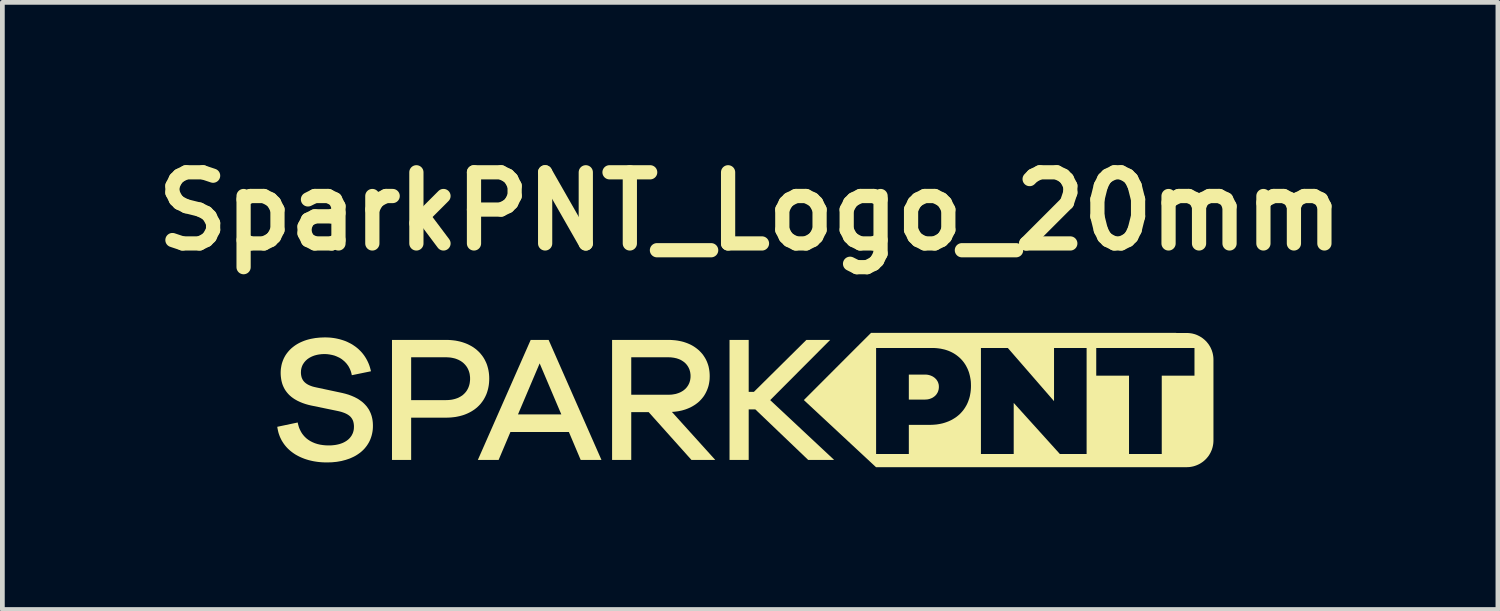
<source format=kicad_pcb>
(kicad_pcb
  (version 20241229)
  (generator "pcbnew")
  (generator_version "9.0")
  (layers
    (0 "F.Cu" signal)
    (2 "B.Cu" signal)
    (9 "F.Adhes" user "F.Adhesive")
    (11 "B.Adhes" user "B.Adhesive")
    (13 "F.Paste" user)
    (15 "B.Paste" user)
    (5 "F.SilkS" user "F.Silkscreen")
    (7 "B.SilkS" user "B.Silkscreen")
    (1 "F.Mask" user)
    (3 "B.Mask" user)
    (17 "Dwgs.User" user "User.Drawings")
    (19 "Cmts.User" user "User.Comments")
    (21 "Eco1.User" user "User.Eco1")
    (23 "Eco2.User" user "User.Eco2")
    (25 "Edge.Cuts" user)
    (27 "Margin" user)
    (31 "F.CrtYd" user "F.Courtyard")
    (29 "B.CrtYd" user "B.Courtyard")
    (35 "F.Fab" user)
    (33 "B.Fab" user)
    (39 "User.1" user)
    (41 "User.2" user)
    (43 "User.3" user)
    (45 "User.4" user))
  (footprint "SparkPNT_Logo_20mm"
    (layer "F.Cu")
    (at 12.764 5.404)
    (property "Reference" "SparkPNT_Logo_20mm" (at 0 -4 0) (layer "F.SilkS") (effects (font (size 1.5 1.5) (thickness 0.3))))
    (attr board_only exclude_from_pos_files exclude_from_bom)
    (fp_poly (pts (xy 2.655 1.396) (xy 2.655 1.396) (xy 2.655 1.396) (xy 2.655 1.396) (xy 2.655 1.396) (xy 2.655 1.396)) (stroke (width -0.000001) (type solid)) (fill yes) (layer "F.SilkS"))
    (fp_poly (pts (xy -0.03 -0.193) (xy 0.08 -0.193) (xy 1.186 -1.288) (xy 1.688 -1.288) (xy 0.423 -0.019) (xy 1.771 1.242) (xy 1.224 1.242) (xy 0.11 0.177) (xy -0.03 0.177) (xy -0.03 1.242) (xy -0.434 1.242) (xy -0.434 -1.288) (xy -0.03 -1.288)) (stroke (width -0.000001) (type solid)) (fill yes) (layer "F.SilkS"))
    (fp_poly (pts (xy -3.134 1.242) (xy -3.572 1.242) (xy -3.821 0.653) (xy -5.053 0.653) (xy -5.302 1.242) (xy -5.74 1.242) (xy -5.318 0.283) (xy -4.894 0.283) (xy -3.98 0.283) (xy -4.437 -0.793) (xy -4.894 0.283) (xy -5.318 0.283) (xy -4.626 -1.288) (xy -4.248 -1.288)) (stroke (width -0.000001) (type solid)) (fill yes) (layer "F.SilkS"))
    (fp_poly (pts (xy 3.701 -0.557) (xy 3.716 -0.556) (xy 3.731 -0.555) (xy 3.746 -0.552) (xy 3.76 -0.55) (xy 3.774 -0.546) (xy 3.787 -0.543) (xy 3.801 -0.538) (xy 3.814 -0.533) (xy 3.826 -0.528) (xy 3.839 -0.522) (xy 3.851 -0.516) (xy 3.862 -0.509) (xy 3.873 -0.501) (xy 3.884 -0.494) (xy 3.894 -0.485) (xy 3.904 -0.476) (xy 3.913 -0.467) (xy 3.922 -0.458) (xy 3.93 -0.448) (xy 3.937 -0.437) (xy 3.944 -0.427) (xy 3.951 -0.415) (xy 3.957 -0.404) (xy 3.962 -0.392) (xy 3.966 -0.38) (xy 3.97 -0.367) (xy 3.974 -0.355) (xy 3.976 -0.342) (xy 3.978 -0.328) (xy 3.979 -0.315) (xy 3.979 -0.301) (xy 3.979 -0.285) (xy 3.978 -0.271) (xy 3.976 -0.256) (xy 3.974 -0.242) (xy 3.97 -0.228) (xy 3.966 -0.215) (xy 3.962 -0.202) (xy 3.957 -0.189) (xy 3.951 -0.177) (xy 3.944 -0.166) (xy 3.937 -0.154) (xy 3.93 -0.143) (xy 3.922 -0.133) (xy 3.913 -0.123) (xy 3.904 -0.113) (xy 3.894 -0.104) (xy 3.884 -0.096) (xy 3.873 -0.088) (xy 3.862 -0.08) (xy 3.851 -0.073) (xy 3.839 -0.066) (xy 3.826 -0.06) (xy 3.814 -0.055) (xy 3.801 -0.05) (xy 3.787 -0.045) (xy 3.774 -0.041) (xy 3.76 -0.038) (xy 3.746 -0.035) (xy 3.731 -0.033) (xy 3.716 -0.032) (xy 3.701 -0.031) (xy 3.686 -0.03) (xy 3.346 -0.03) (xy 3.346 -0.557) (xy 3.686 -0.557)) (stroke (width -0.000001) (type solid)) (fill yes) (layer "F.SilkS"))
    (fp_poly (pts (xy -6.358 -1.287) (xy -6.307 -1.284) (xy -6.258 -1.279) (xy -6.21 -1.273) (xy -6.163 -1.264) (xy -6.118 -1.254) (xy -6.074 -1.242) (xy -6.032 -1.228) (xy -5.991 -1.213) (xy -5.951 -1.196) (xy -5.913 -1.177) (xy -5.876 -1.157) (xy -5.841 -1.136) (xy -5.807 -1.112) (xy -5.775 -1.088) (xy -5.745 -1.061) (xy -5.716 -1.034) (xy -5.689 -1.005) (xy -5.664 -0.974) (xy -5.64 -0.943) (xy -5.618 -0.91) (xy -5.598 -0.876) (xy -5.58 -0.84) (xy -5.563 -0.804) (xy -5.548 -0.766) (xy -5.536 -0.727) (xy -5.525 -0.687) (xy -5.516 -0.646) (xy -5.509 -0.604) (xy -5.504 -0.561) (xy -5.501 -0.517) (xy -5.5 -0.472) (xy -5.501 -0.427) (xy -5.504 -0.382) (xy -5.509 -0.338) (xy -5.516 -0.296) (xy -5.525 -0.254) (xy -5.536 -0.214) (xy -5.548 -0.175) (xy -5.563 -0.136) (xy -5.58 -0.099) (xy -5.598 -0.064) (xy -5.618 -0.029) (xy -5.64 0.004) (xy -5.664 0.036) (xy -5.689 0.067) (xy -5.716 0.096) (xy -5.745 0.124) (xy -5.775 0.15) (xy -5.807 0.175) (xy -5.841 0.198) (xy -5.876 0.22) (xy -5.913 0.24) (xy -5.951 0.259) (xy -5.991 0.276) (xy -6.032 0.292) (xy -6.074 0.305) (xy -6.118 0.317) (xy -6.163 0.327) (xy -6.21 0.336) (xy -6.258 0.342) (xy -6.307 0.347) (xy -6.358 0.35) (xy -6.41 0.351) (xy -7.146 0.351) (xy -7.146 1.242) (xy -7.55 1.242) (xy -7.55 -0.019) (xy -7.146 -0.019) (xy -6.41 -0.019) (xy -6.38 -0.02) (xy -6.352 -0.021) (xy -6.324 -0.024) (xy -6.297 -0.027) (xy -6.271 -0.032) (xy -6.245 -0.038) (xy -6.221 -0.044) (xy -6.197 -0.052) (xy -6.174 -0.06) (xy -6.152 -0.069) (xy -6.131 -0.08) (xy -6.11 -0.091) (xy -6.091 -0.103) (xy -6.072 -0.115) (xy -6.054 -0.129) (xy -6.038 -0.144) (xy -6.022 -0.159) (xy -6.007 -0.175) (xy -5.993 -0.192) (xy -5.98 -0.209) (xy -5.968 -0.228) (xy -5.957 -0.247) (xy -5.947 -0.266) (xy -5.938 -0.287) (xy -5.93 -0.308) (xy -5.923 -0.329) (xy -5.917 -0.352) (xy -5.912 -0.375) (xy -5.909 -0.398) (xy -5.906 -0.422) (xy -5.904 -0.447) (xy -5.904 -0.472) (xy -5.904 -0.496) (xy -5.906 -0.52) (xy -5.909 -0.543) (xy -5.912 -0.566) (xy -5.917 -0.589) (xy -5.923 -0.61) (xy -5.93 -0.632) (xy -5.938 -0.652) (xy -5.947 -0.672) (xy -5.957 -0.692) (xy -5.968 -0.711) (xy -5.98 -0.729) (xy -5.993 -0.746) (xy -6.007 -0.763) (xy -6.022 -0.779) (xy -6.038 -0.795) (xy -6.054 -0.809) (xy -6.072 -0.823) (xy -6.091 -0.836) (xy -6.11 -0.848) (xy -6.131 -0.859) (xy -6.152 -0.87) (xy -6.174 -0.879) (xy -6.197 -0.888) (xy -6.221 -0.896) (xy -6.245 -0.902) (xy -6.271 -0.908) (xy -6.297 -0.913) (xy -6.324 -0.917) (xy -6.352 -0.919) (xy -6.38 -0.921) (xy -6.41 -0.922) (xy -7.146 -0.922) (xy -7.146 -0.019) (xy -7.55 -0.019) (xy -7.55 -1.288) (xy -6.41 -1.288)) (stroke (width -0.000001) (type solid)) (fill yes) (layer "F.SilkS"))
    (fp_poly (pts (xy -1.672 -1.287) (xy -1.625 -1.284) (xy -1.578 -1.28) (xy -1.533 -1.274) (xy -1.489 -1.266) (xy -1.447 -1.257) (xy -1.405 -1.246) (xy -1.365 -1.233) (xy -1.326 -1.219) (xy -1.288 -1.203) (xy -1.251 -1.186) (xy -1.216 -1.167) (xy -1.183 -1.147) (xy -1.151 -1.125) (xy -1.12 -1.102) (xy -1.091 -1.078) (xy -1.063 -1.052) (xy -1.037 -1.025) (xy -1.012 -0.997) (xy -0.989 -0.967) (xy -0.968 -0.936) (xy -0.948 -0.904) (xy -0.93 -0.871) (xy -0.914 -0.837) (xy -0.9 -0.802) (xy -0.887 -0.765) (xy -0.876 -0.728) (xy -0.868 -0.689) (xy -0.861 -0.649) (xy -0.856 -0.609) (xy -0.853 -0.567) (xy -0.852 -0.525) (xy -0.853 -0.485) (xy -0.855 -0.445) (xy -0.86 -0.407) (xy -0.866 -0.369) (xy -0.874 -0.332) (xy -0.884 -0.296) (xy -0.896 -0.261) (xy -0.909 -0.228) (xy -0.924 -0.195) (xy -0.94 -0.163) (xy -0.958 -0.132) (xy -0.977 -0.102) (xy -0.998 -0.074) (xy -1.021 -0.046) (xy -1.045 -0.02) (xy -1.07 0.006) (xy -1.097 0.03) (xy -1.125 0.052) (xy -1.155 0.074) (xy -1.186 0.094) (xy -1.218 0.113) (xy -1.251 0.131) (xy -1.286 0.147) (xy -1.322 0.162) (xy -1.359 0.176) (xy -1.397 0.188) (xy -1.436 0.199) (xy -1.477 0.208) (xy -1.518 0.216) (xy -1.561 0.222) (xy -1.604 0.227) (xy -1.649 0.23) (xy -0.735 1.242) (xy -1.237 1.242) (xy -2.139 0.234) (xy -2.506 0.234) (xy -2.506 1.242) (xy -2.91 1.242) (xy -2.91 -0.132) (xy -2.506 -0.132) (xy -1.72 -0.132) (xy -1.694 -0.133) (xy -1.669 -0.134) (xy -1.644 -0.136) (xy -1.62 -0.14) (xy -1.597 -0.144) (xy -1.574 -0.148) (xy -1.551 -0.154) (xy -1.53 -0.161) (xy -1.509 -0.168) (xy -1.489 -0.176) (xy -1.469 -0.185) (xy -1.45 -0.195) (xy -1.433 -0.205) (xy -1.415 -0.216) (xy -1.399 -0.228) (xy -1.383 -0.241) (xy -1.368 -0.254) (xy -1.354 -0.268) (xy -1.341 -0.283) (xy -1.329 -0.298) (xy -1.318 -0.314) (xy -1.307 -0.33) (xy -1.298 -0.347) (xy -1.289 -0.365) (xy -1.281 -0.383) (xy -1.275 -0.402) (xy -1.269 -0.421) (xy -1.264 -0.441) (xy -1.261 -0.461) (xy -1.258 -0.482) (xy -1.256 -0.503) (xy -1.256 -0.525) (xy -1.256 -0.547) (xy -1.258 -0.569) (xy -1.261 -0.59) (xy -1.264 -0.61) (xy -1.269 -0.63) (xy -1.275 -0.65) (xy -1.281 -0.669) (xy -1.289 -0.687) (xy -1.298 -0.705) (xy -1.307 -0.722) (xy -1.318 -0.739) (xy -1.329 -0.755) (xy -1.341 -0.77) (xy -1.354 -0.785) (xy -1.368 -0.799) (xy -1.383 -0.813) (xy -1.399 -0.825) (xy -1.415 -0.837) (xy -1.433 -0.848) (xy -1.45 -0.859) (xy -1.469 -0.869) (xy -1.489 -0.878) (xy -1.509 -0.886) (xy -1.53 -0.893) (xy -1.551 -0.9) (xy -1.574 -0.905) (xy -1.597 -0.91) (xy -1.62 -0.914) (xy -1.644 -0.917) (xy -1.669 -0.92) (xy -1.694 -0.921) (xy -1.72 -0.922) (xy -2.506 -0.922) (xy -2.506 -0.132) (xy -2.91 -0.132) (xy -2.91 -1.288) (xy -1.72 -1.288)) (stroke (width -0.000001) (type solid)) (fill yes) (layer "F.SilkS"))
    (fp_poly (pts (xy 8.982 -1.434) (xy 9.207 -1.434) (xy 9.235 -1.433) (xy 9.264 -1.431) (xy 9.292 -1.427) (xy 9.319 -1.423) (xy 9.346 -1.416) (xy 9.373 -1.409) (xy 9.399 -1.4) (xy 9.424 -1.39) (xy 9.449 -1.378) (xy 9.473 -1.366) (xy 9.497 -1.352) (xy 9.52 -1.338) (xy 9.542 -1.322) (xy 9.563 -1.305) (xy 9.583 -1.288) (xy 9.603 -1.269) (xy 9.622 -1.25) (xy 9.639 -1.229) (xy 9.656 -1.208) (xy 9.672 -1.186) (xy 9.686 -1.163) (xy 9.7 -1.14) (xy 9.712 -1.116) (xy 9.723 -1.091) (xy 9.734 -1.065) (xy 9.742 -1.039) (xy 9.75 -1.013) (xy 9.756 -0.986) (xy 9.761 -0.958) (xy 9.765 -0.93) (xy 9.767 -0.902) (xy 9.768 -0.873) (xy 9.768 0.833) (xy 9.767 0.862) (xy 9.765 0.89) (xy 9.761 0.918) (xy 9.756 0.946) (xy 9.75 0.973) (xy 9.742 1) (xy 9.734 1.026) (xy 9.723 1.051) (xy 9.712 1.076) (xy 9.7 1.1) (xy 9.686 1.124) (xy 9.672 1.147) (xy 9.656 1.169) (xy 9.639 1.19) (xy 9.622 1.21) (xy 9.603 1.23) (xy 9.583 1.248) (xy 9.563 1.266) (xy 9.542 1.283) (xy 9.52 1.298) (xy 9.497 1.313) (xy 9.473 1.327) (xy 9.449 1.339) (xy 9.424 1.35) (xy 9.399 1.36) (xy 9.373 1.369) (xy 9.346 1.377) (xy 9.319 1.383) (xy 9.292 1.388) (xy 9.264 1.392) (xy 9.235 1.394) (xy 9.207 1.395) (xy 8.937 1.395) (xy 8.937 1.396) (xy 2.655 1.396) (xy 1.133 -0.02) (xy 2.23 -1.118) (xy 2.656 -1.118) (xy 2.656 1.117) (xy 3.346 1.117) (xy 4.866 1.117) (xy 5.557 1.117) (xy 5.557 0.04) (xy 6.53 1.117) (xy 7.094 1.117) (xy 7.094 -0.534) (xy 7.297 -0.534) (xy 7.988 -0.534) (xy 7.988 1.117) (xy 8.678 1.117) (xy 8.678 -0.534) (xy 9.368 -0.534) (xy 9.368 -0.534) (xy 9.368 -1.118) (xy 7.297 -1.118) (xy 7.297 -0.534) (xy 7.094 -0.534) (xy 7.094 -1.118) (xy 7.094 -1.118) (xy 7.094 -1.118) (xy 6.407 -1.118) (xy 6.407 0.003) (xy 5.433 -1.118) (xy 4.866 -1.118) (xy 4.866 1.117) (xy 3.346 1.117) (xy 3.346 0.503) (xy 3.786 0.503) (xy 3.835 0.502) (xy 3.882 0.499) (xy 3.928 0.495) (xy 3.974 0.488) (xy 4.018 0.48) (xy 4.061 0.47) (xy 4.102 0.458) (xy 4.143 0.444) (xy 4.182 0.429) (xy 4.22 0.412) (xy 4.256 0.394) (xy 4.291 0.373) (xy 4.325 0.352) (xy 4.357 0.329) (xy 4.388 0.304) (xy 4.418 0.278) (xy 4.445 0.25) (xy 4.471 0.221) (xy 4.496 0.19) (xy 4.519 0.158) (xy 4.54 0.125) (xy 4.56 0.091) (xy 4.578 0.055) (xy 4.594 0.018) (xy 4.608 -0.021) (xy 4.621 -0.06) (xy 4.632 -0.101) (xy 4.64 -0.143) (xy 4.647 -0.185) (xy 4.652 -0.229) (xy 4.655 -0.275) (xy 4.656 -0.321) (xy 4.655 -0.365) (xy 4.653 -0.408) (xy 4.648 -0.45) (xy 4.641 -0.491) (xy 4.633 -0.531) (xy 4.623 -0.57) (xy 4.612 -0.608) (xy 4.598 -0.645) (xy 4.583 -0.681) (xy 4.566 -0.715) (xy 4.548 -0.749) (xy 4.528 -0.781) (xy 4.507 -0.812) (xy 4.484 -0.841) (xy 4.459 -0.87) (xy 4.433 -0.897) (xy 4.406 -0.922) (xy 4.377 -0.946) (xy 4.347 -0.969) (xy 4.316 -0.99) (xy 4.283 -1.01) (xy 4.249 -1.028) (xy 4.213 -1.045) (xy 4.177 -1.06) (xy 4.139 -1.073) (xy 4.1 -1.085) (xy 4.06 -1.094) (xy 4.018 -1.103) (xy 3.976 -1.109) (xy 3.933 -1.114) (xy 3.888 -1.117) (xy 3.843 -1.118) (xy 2.656 -1.118) (xy 2.656 -1.118) (xy 2.656 -1.118) (xy 2.23 -1.118) (xy 2.549 -1.436) (xy 8.982 -1.436)) (stroke (width -0.000001) (type solid)) (fill yes) (layer "F.SilkS"))
    (fp_poly (pts (xy -8.92 -1.34) (xy -8.873 -1.338) (xy -8.827 -1.334) (xy -8.782 -1.328) (xy -8.738 -1.321) (xy -8.695 -1.312) (xy -8.653 -1.302) (xy -8.612 -1.29) (xy -8.571 -1.277) (xy -8.532 -1.263) (xy -8.494 -1.247) (xy -8.458 -1.229) (xy -8.422 -1.211) (xy -8.387 -1.191) (xy -8.354 -1.169) (xy -8.322 -1.147) (xy -8.291 -1.123) (xy -8.261 -1.098) (xy -8.233 -1.071) (xy -8.206 -1.044) (xy -8.18 -1.015) (xy -8.156 -0.985) (xy -8.133 -0.954) (xy -8.112 -0.922) (xy -8.092 -0.889) (xy -8.073 -0.854) (xy -8.056 -0.819) (xy -8.04 -0.782) (xy -8.026 -0.745) (xy -8.014 -0.707) (xy -8.003 -0.667) (xy -7.993 -0.627) (xy -8.397 -0.544) (xy -8.402 -0.569) (xy -8.408 -0.593) (xy -8.415 -0.617) (xy -8.423 -0.64) (xy -8.432 -0.663) (xy -8.442 -0.685) (xy -8.453 -0.706) (xy -8.464 -0.727) (xy -8.477 -0.747) (xy -8.491 -0.766) (xy -8.505 -0.785) (xy -8.521 -0.803) (xy -8.537 -0.82) (xy -8.554 -0.837) (xy -8.572 -0.852) (xy -8.59 -0.867) (xy -8.609 -0.882) (xy -8.629 -0.895) (xy -8.65 -0.908) (xy -8.672 -0.919) (xy -8.717 -0.94) (xy -8.764 -0.958) (xy -8.814 -0.971) (xy -8.866 -0.981) (xy -8.92 -0.988) (xy -8.975 -0.99) (xy -9.003 -0.989) (xy -9.03 -0.988) (xy -9.056 -0.985) (xy -9.082 -0.982) (xy -9.107 -0.978) (xy -9.132 -0.973) (xy -9.155 -0.967) (xy -9.178 -0.961) (xy -9.201 -0.953) (xy -9.222 -0.945) (xy -9.243 -0.936) (xy -9.263 -0.926) (xy -9.282 -0.916) (xy -9.3 -0.905) (xy -9.318 -0.893) (xy -9.335 -0.881) (xy -9.35 -0.867) (xy -9.365 -0.854) (xy -9.379 -0.839) (xy -9.392 -0.824) (xy -9.404 -0.809) (xy -9.415 -0.792) (xy -9.426 -0.776) (xy -9.435 -0.759) (xy -9.443 -0.741) (xy -9.45 -0.723) (xy -9.456 -0.704) (xy -9.461 -0.685) (xy -9.465 -0.665) (xy -9.468 -0.645) (xy -9.469 -0.625) (xy -9.47 -0.604) (xy -9.469 -0.572) (xy -9.467 -0.557) (xy -9.465 -0.542) (xy -9.462 -0.527) (xy -9.459 -0.513) (xy -9.455 -0.499) (xy -9.451 -0.486) (xy -9.445 -0.474) (xy -9.44 -0.461) (xy -9.433 -0.449) (xy -9.426 -0.438) (xy -9.419 -0.427) (xy -9.41 -0.416) (xy -9.401 -0.406) (xy -9.392 -0.396) (xy -9.381 -0.387) (xy -9.371 -0.378) (xy -9.359 -0.369) (xy -9.347 -0.361) (xy -9.321 -0.345) (xy -9.292 -0.331) (xy -9.26 -0.318) (xy -9.226 -0.306) (xy -9.189 -0.296) (xy -9.149 -0.287) (xy -8.601 -0.17) (xy -8.532 -0.153) (xy -8.465 -0.133) (xy -8.401 -0.109) (xy -8.341 -0.083) (xy -8.283 -0.053) (xy -8.256 -0.037) (xy -8.23 -0.019) (xy -8.205 -0.001) (xy -8.18 0.017) (xy -8.157 0.037) (xy -8.135 0.058) (xy -8.114 0.08) (xy -8.094 0.102) (xy -8.075 0.126) (xy -8.058 0.15) (xy -8.041 0.175) (xy -8.026 0.202) (xy -8.013 0.229) (xy -8 0.257) (xy -7.989 0.287) (xy -7.979 0.317) (xy -7.971 0.349) (xy -7.964 0.381) (xy -7.959 0.414) (xy -7.955 0.449) (xy -7.953 0.484) (xy -7.952 0.521) (xy -7.953 0.565) (xy -7.956 0.608) (xy -7.962 0.65) (xy -7.97 0.691) (xy -7.98 0.731) (xy -7.992 0.769) (xy -8.006 0.807) (xy -8.022 0.843) (xy -8.04 0.878) (xy -8.06 0.911) (xy -8.082 0.944) (xy -8.106 0.975) (xy -8.131 1.005) (xy -8.159 1.034) (xy -8.188 1.061) (xy -8.219 1.087) (xy -8.252 1.111) (xy -8.286 1.134) (xy -8.322 1.156) (xy -8.36 1.176) (xy -8.399 1.194) (xy -8.44 1.212) (xy -8.525 1.241) (xy -8.617 1.265) (xy -8.714 1.282) (xy -8.816 1.292) (xy -8.922 1.295) (xy -8.972 1.294) (xy -9.022 1.292) (xy -9.071 1.288) (xy -9.119 1.283) (xy -9.166 1.276) (xy -9.213 1.268) (xy -9.258 1.258) (xy -9.303 1.247) (xy -9.347 1.234) (xy -9.39 1.22) (xy -9.431 1.204) (xy -9.472 1.187) (xy -9.512 1.168) (xy -9.55 1.148) (xy -9.587 1.127) (xy -9.622 1.104) (xy -9.657 1.079) (xy -9.69 1.053) (xy -9.721 1.026) (xy -9.751 0.997) (xy -9.779 0.967) (xy -9.805 0.936) (xy -9.83 0.903) (xy -9.853 0.868) (xy -9.875 0.833) (xy -9.894 0.795) (xy -9.912 0.757) (xy -9.927 0.717) (xy -9.941 0.676) (xy -9.952 0.633) (xy -9.961 0.589) (xy -9.969 0.544) (xy -9.538 0.453) (xy -9.532 0.483) (xy -9.524 0.512) (xy -9.516 0.54) (xy -9.507 0.567) (xy -9.496 0.593) (xy -9.484 0.618) (xy -9.472 0.642) (xy -9.458 0.666) (xy -9.444 0.688) (xy -9.428 0.709) (xy -9.412 0.729) (xy -9.394 0.749) (xy -9.376 0.767) (xy -9.357 0.785) (xy -9.337 0.801) (xy -9.316 0.817) (xy -9.294 0.831) (xy -9.272 0.845) (xy -9.249 0.857) (xy -9.225 0.869) (xy -9.175 0.89) (xy -9.122 0.907) (xy -9.066 0.92) (xy -9.008 0.929) (xy -8.947 0.935) (xy -8.885 0.936) (xy -8.853 0.936) (xy -8.823 0.935) (xy -8.793 0.932) (xy -8.764 0.929) (xy -8.736 0.925) (xy -8.709 0.92) (xy -8.683 0.914) (xy -8.658 0.908) (xy -8.634 0.9) (xy -8.611 0.892) (xy -8.588 0.883) (xy -8.567 0.873) (xy -8.546 0.862) (xy -8.527 0.851) (xy -8.508 0.839) (xy -8.491 0.826) (xy -8.474 0.813) (xy -8.459 0.799) (xy -8.444 0.784) (xy -8.431 0.769) (xy -8.419 0.753) (xy -8.407 0.737) (xy -8.397 0.72) (xy -8.388 0.702) (xy -8.379 0.684) (xy -8.372 0.666) (xy -8.366 0.646) (xy -8.361 0.627) (xy -8.357 0.607) (xy -8.354 0.586) (xy -8.353 0.565) (xy -8.352 0.544) (xy -8.353 0.509) (xy -8.357 0.476) (xy -8.36 0.461) (xy -8.363 0.446) (xy -8.367 0.431) (xy -8.372 0.417) (xy -8.377 0.404) (xy -8.384 0.391) (xy -8.39 0.379) (xy -8.398 0.367) (xy -8.406 0.355) (xy -8.415 0.344) (xy -8.424 0.333) (xy -8.435 0.323) (xy -8.446 0.313) (xy -8.458 0.304) (xy -8.47 0.295) (xy -8.484 0.286) (xy -8.513 0.27) (xy -8.545 0.255) (xy -8.58 0.242) (xy -8.619 0.229) (xy -8.661 0.218) (xy -8.707 0.208) (xy -9.259 0.094) (xy -9.317 0.08) (xy -9.376 0.063) (xy -9.434 0.043) (xy -9.49 0.02) (xy -9.545 -0.006) (xy -9.598 -0.036) (xy -9.624 -0.053) (xy -9.648 -0.07) (xy -9.672 -0.088) (xy -9.695 -0.108) (xy -9.717 -0.128) (xy -9.738 -0.15) (xy -9.758 -0.173) (xy -9.777 -0.197) (xy -9.795 -0.222) (xy -9.812 -0.249) (xy -9.827 -0.277) (xy -9.841 -0.306) (xy -9.854 -0.337) (xy -9.865 -0.369) (xy -9.874 -0.402) (xy -9.882 -0.437) (xy -9.888 -0.474) (xy -9.893 -0.512) (xy -9.896 -0.552) (xy -9.897 -0.593) (xy -9.896 -0.634) (xy -9.893 -0.675) (xy -9.887 -0.714) (xy -9.88 -0.753) (xy -9.871 -0.791) (xy -9.859 -0.828) (xy -9.846 -0.863) (xy -9.831 -0.898) (xy -9.814 -0.931) (xy -9.795 -0.964) (xy -9.774 -0.995) (xy -9.751 -1.025) (xy -9.727 -1.054) (xy -9.701 -1.082) (xy -9.673 -1.109) (xy -9.643 -1.134) (xy -9.612 -1.158) (xy -9.579 -1.181) (xy -9.545 -1.202) (xy -9.509 -1.222) (xy -9.472 -1.24) (xy -9.433 -1.257) (xy -9.392 -1.273) (xy -9.35 -1.287) (xy -9.307 -1.299) (xy -9.262 -1.31) (xy -9.169 -1.327) (xy -9.071 -1.337) (xy -8.968 -1.341) (xy -8.968 -1.341)) (stroke (width -0.000001) (type solid)) (fill yes) (layer "F.SilkS")))
  (gr_rect
    (start -3 -3)
    (end 28.529 9.8)
    (stroke (width 0.1) (type default))
    (fill no)
    (layer "Edge.Cuts")))
</source>
